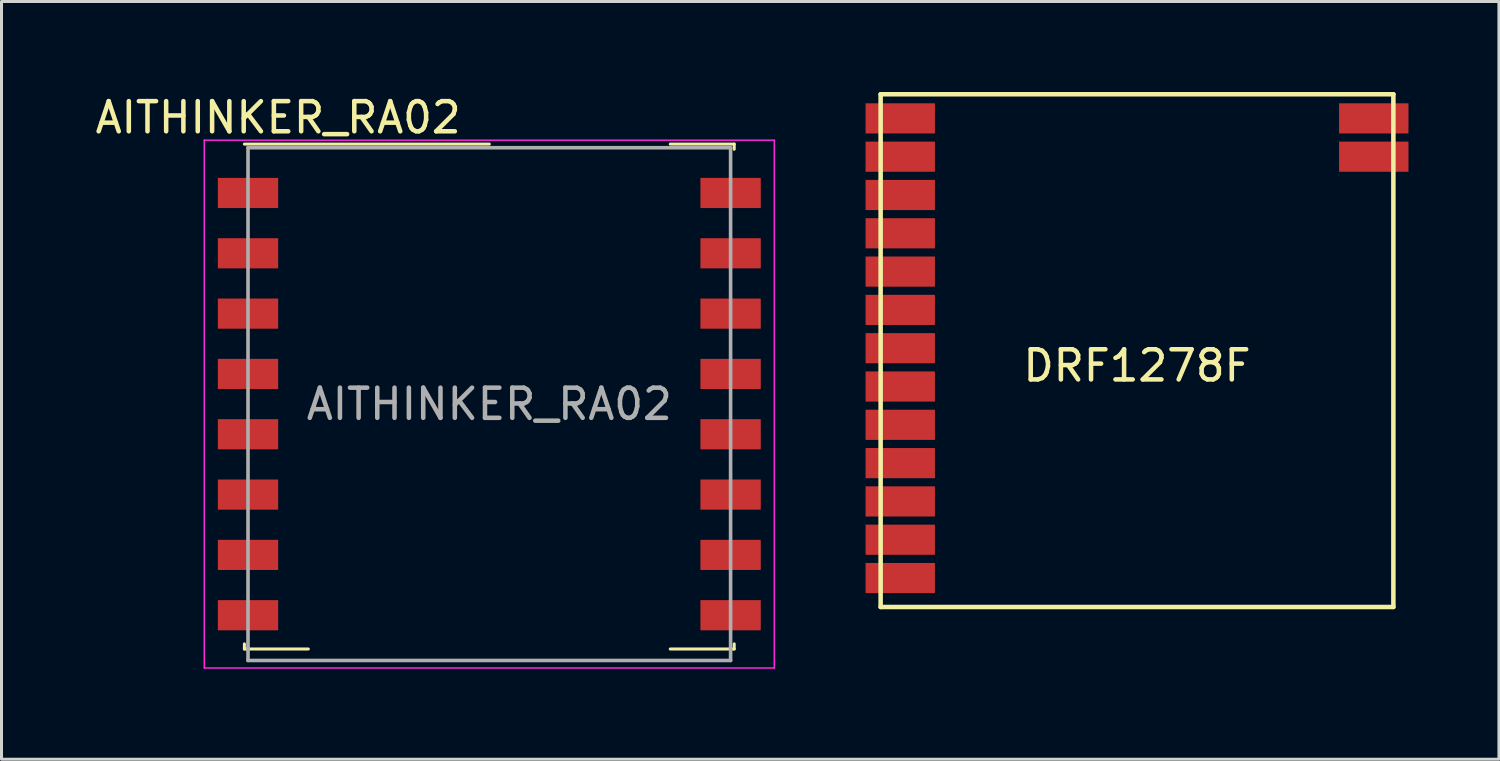
<source format=kicad_pcb>
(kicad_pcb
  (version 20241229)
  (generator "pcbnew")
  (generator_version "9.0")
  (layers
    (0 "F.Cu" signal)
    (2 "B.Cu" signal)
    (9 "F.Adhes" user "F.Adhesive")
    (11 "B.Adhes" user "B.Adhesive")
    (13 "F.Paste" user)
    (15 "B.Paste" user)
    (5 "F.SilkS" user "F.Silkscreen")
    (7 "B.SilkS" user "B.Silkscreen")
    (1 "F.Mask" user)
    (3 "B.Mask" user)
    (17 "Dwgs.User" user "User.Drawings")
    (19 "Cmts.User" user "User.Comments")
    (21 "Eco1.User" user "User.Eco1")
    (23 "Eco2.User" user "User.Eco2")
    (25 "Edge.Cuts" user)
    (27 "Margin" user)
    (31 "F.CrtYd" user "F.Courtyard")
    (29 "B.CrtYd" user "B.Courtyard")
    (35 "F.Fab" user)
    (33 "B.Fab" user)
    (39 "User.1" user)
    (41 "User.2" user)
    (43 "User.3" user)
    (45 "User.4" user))
  (footprint "DRF1278F"
    (layer "F.Cu")
    (at 34.648 8.575)
    (property "Reference" "DRF1278F" (at 0 0.5 0) (layer "F.SilkS") (effects (font (size 1 1) (thickness 0.15))))
    (attr through_hole)
    (fp_line (start -8.5 -8.5) (end 8.5 -8.5) (stroke (width 0.15) (type solid)) (layer "F.SilkS"))
    (fp_line (start -8.5 8.5) (end -8.5 -8.5) (stroke (width 0.15) (type solid)) (layer "F.SilkS"))
    (fp_line (start -8.5 8.5) (end 8.5 8.5) (stroke (width 0.15) (type solid)) (layer "F.SilkS"))
    (fp_line (start 8.5 8.5) (end 8.5 -8.5) (stroke (width 0.15) (type solid)) (layer "F.SilkS"))
    (pad "1" smd rect (at -7.85 -7.7) (size 2.3 1) (layers "F.Cu" "F.Mask" "F.Paste"))
    (pad "2" smd rect (at -7.85 -6.43) (size 2.3 1) (layers "F.Cu" "F.Mask" "F.Paste"))
    (pad "3" smd rect (at -7.85 -5.16) (size 2.3 1) (layers "F.Cu" "F.Mask" "F.Paste"))
    (pad "4" smd rect (at -7.85 -3.89) (size 2.3 1) (layers "F.Cu" "F.Mask" "F.Paste"))
    (pad "5" smd rect (at -7.85 -2.62) (size 2.3 1) (layers "F.Cu" "F.Mask" "F.Paste"))
    (pad "6" smd rect (at -7.85 -1.35) (size 2.3 1) (layers "F.Cu" "F.Mask" "F.Paste"))
    (pad "7" smd rect (at -7.85 -0.08) (size 2.3 1) (layers "F.Cu" "F.Mask" "F.Paste"))
    (pad "8" smd rect (at -7.85 1.19) (size 2.3 1) (layers "F.Cu" "F.Mask" "F.Paste"))
    (pad "9" smd rect (at -7.85 2.46) (size 2.3 1) (layers "F.Cu" "F.Mask" "F.Paste"))
    (pad "10" smd rect (at -7.85 3.73) (size 2.3 1) (layers "F.Cu" "F.Mask" "F.Paste"))
    (pad "11" smd rect (at -7.85 5) (size 2.3 1) (layers "F.Cu" "F.Mask" "F.Paste"))
    (pad "12" smd rect (at -7.85 6.27) (size 2.3 1) (layers "F.Cu" "F.Mask" "F.Paste"))
    (pad "13" smd rect (at -7.85 7.54) (size 2.3 1) (layers "F.Cu" "F.Mask" "F.Paste"))
    (pad "14" smd rect (at 7.85 -6.43) (size 2.3 1) (layers "F.Cu" "F.Mask" "F.Paste"))
    (pad "15" smd rect (at 7.85 -7.7) (size 2.3 1) (layers "F.Cu" "F.Mask" "F.Paste")))
  (footprint "AITHINKER_RA02"
    (layer "F.Cu")
    (at 13.173 10.348)
    (property "Reference" "AITHINKER_RA02" (at -7 -9.5 0) (layer "F.SilkS") (effects (font (size 1 1) (thickness 0.15))))
    (attr smd)
    (fp_line (start -8.12 -8.62) (end 0 -8.62) (stroke (width 0.1) (type solid)) (layer "F.SilkS"))
    (fp_line (start -8.12 8.12) (end -8.12 7.95) (stroke (width 0.1) (type solid)) (layer "F.SilkS"))
    (fp_line (start -8.12 8.12) (end -6 8.12) (stroke (width 0.1) (type solid)) (layer "F.SilkS"))
    (fp_line (start 6 -8.62) (end 8.12 -8.62) (stroke (width 0.1) (type solid)) (layer "F.SilkS"))
    (fp_line (start 6 8.12) (end 8.12 8.12) (stroke (width 0.1) (type solid)) (layer "F.SilkS"))
    (fp_line (start 8.12 -8.62) (end 8.12 -8.45) (stroke (width 0.1) (type solid)) (layer "F.SilkS"))
    (fp_line (start 8.12 8.12) (end 8.12 7.95) (stroke (width 0.1) (type solid)) (layer "F.SilkS"))
    (fp_line (start -9.45 -8.75) (end 9.45 -8.75) (stroke (width 0.05) (type solid)) (layer "F.CrtYd"))
    (fp_line (start -9.45 8.75) (end -9.45 -8.75) (stroke (width 0.05) (type solid)) (layer "F.CrtYd"))
    (fp_line (start -9.45 8.75) (end 9.45 8.75) (stroke (width 0.05) (type solid)) (layer "F.CrtYd"))
    (fp_line (start 9.45 -8.75) (end 9.45 8.75) (stroke (width 0.05) (type solid)) (layer "F.CrtYd"))
    (fp_line (start -8 -8.5) (end 8 -8.5) (stroke (width 0.12) (type solid)) (layer "F.Fab"))
    (fp_line (start -8 8.5) (end -8 -8.5) (stroke (width 0.12) (type solid)) (layer "F.Fab"))
    (fp_line (start -8 8.5) (end 8 8.5) (stroke (width 0.12) (type solid)) (layer "F.Fab"))
    (fp_line (start 8 8.5) (end 8 -8.5) (stroke (width 0.12) (type solid)) (layer "F.Fab"))
    (fp_text user "${REFERENCE}" (at 0 0 0) (layer "F.Fab") (effects (font (size 1 1) (thickness 0.15))))
    (pad "1" smd rect (at -8 -7) (size 2 1) (layers "F.Cu" "F.Mask" "F.Paste"))
    (pad "2" smd rect (at -8 -5) (size 2 1) (layers "F.Cu" "F.Mask" "F.Paste"))
    (pad "3" smd rect (at -8 -3) (size 2 1) (layers "F.Cu" "F.Mask" "F.Paste"))
    (pad "4" smd rect (at -8 -1) (size 2 1) (layers "F.Cu" "F.Mask" "F.Paste"))
    (pad "5" smd rect (at -8 1) (size 2 1) (layers "F.Cu" "F.Mask" "F.Paste"))
    (pad "6" smd rect (at -8 3) (size 2 1) (layers "F.Cu" "F.Mask" "F.Paste"))
    (pad "7" smd rect (at -8 5) (size 2 1) (layers "F.Cu" "F.Mask" "F.Paste"))
    (pad "8" smd rect (at -8 7) (size 2 1) (layers "F.Cu" "F.Mask" "F.Paste"))
    (pad "9" smd rect (at 8 7) (size 2 1) (layers "F.Cu" "F.Mask" "F.Paste"))
    (pad "10" smd rect (at 8 5) (size 2 1) (layers "F.Cu" "F.Mask" "F.Paste"))
    (pad "11" smd rect (at 8 3) (size 2 1) (layers "F.Cu" "F.Mask" "F.Paste"))
    (pad "12" smd rect (at 8 1) (size 2 1) (layers "F.Cu" "F.Mask" "F.Paste"))
    (pad "13" smd rect (at 8 -1) (size 2 1) (layers "F.Cu" "F.Mask" "F.Paste"))
    (pad "14" smd rect (at 8 -3) (size 2 1) (layers "F.Cu" "F.Mask" "F.Paste"))
    (pad "15" smd rect (at 8 -5) (size 2 1) (layers "F.Cu" "F.Mask" "F.Paste"))
    (pad "16" smd rect (at 8 -7) (size 2 1) (layers "F.Cu" "F.Mask" "F.Paste")))
  (gr_rect
    (start -3 -3)
    (end 46.648 22.123)
    (stroke (width 0.1) (type default))
    (fill no)
    (layer "Edge.Cuts")))
</source>
